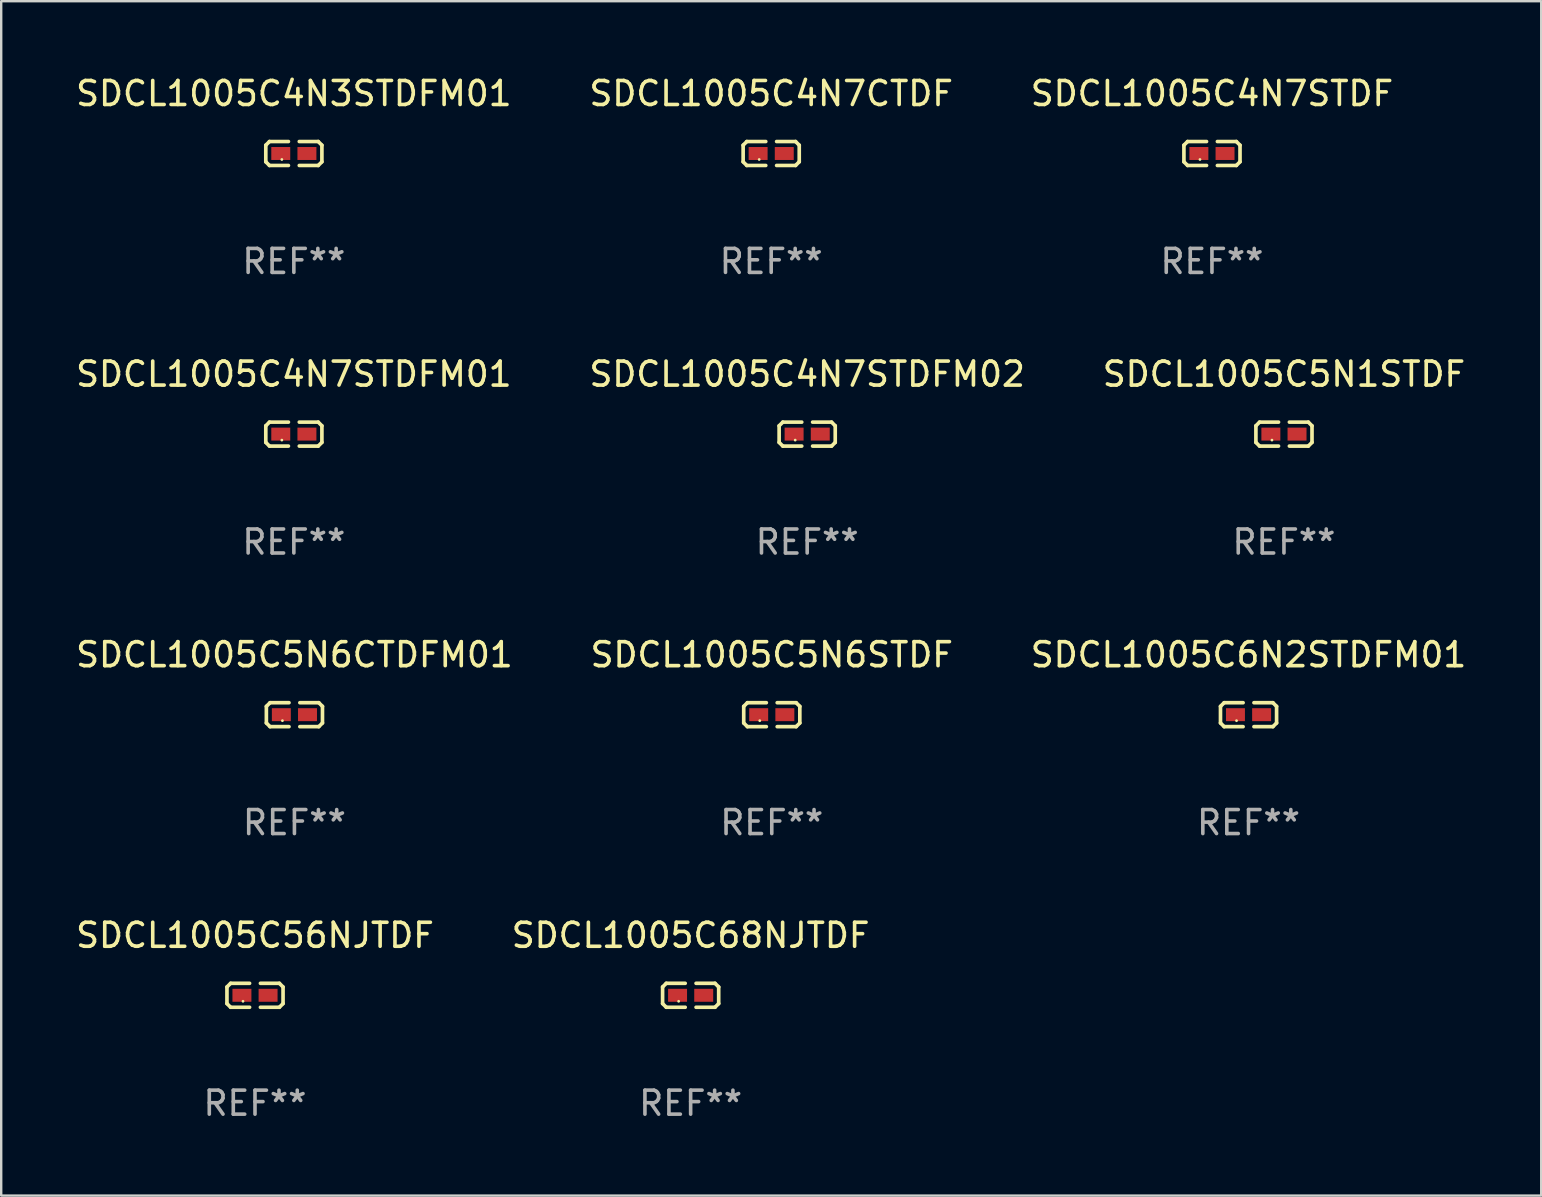
<source format=kicad_pcb>
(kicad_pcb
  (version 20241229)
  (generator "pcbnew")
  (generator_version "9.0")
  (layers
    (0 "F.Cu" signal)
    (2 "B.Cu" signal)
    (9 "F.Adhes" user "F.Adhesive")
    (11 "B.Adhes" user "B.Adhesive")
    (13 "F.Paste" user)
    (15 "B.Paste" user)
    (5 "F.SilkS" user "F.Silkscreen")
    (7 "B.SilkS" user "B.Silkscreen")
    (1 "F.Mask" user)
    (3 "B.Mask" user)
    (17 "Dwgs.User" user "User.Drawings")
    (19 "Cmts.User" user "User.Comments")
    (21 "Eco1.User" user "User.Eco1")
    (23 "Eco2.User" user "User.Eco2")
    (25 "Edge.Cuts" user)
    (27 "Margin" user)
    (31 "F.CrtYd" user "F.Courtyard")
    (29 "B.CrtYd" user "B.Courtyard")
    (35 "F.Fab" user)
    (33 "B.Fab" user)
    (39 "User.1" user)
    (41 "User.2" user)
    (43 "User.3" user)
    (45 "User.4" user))
  (footprint "SDCL1005C5N6STDF"
    (layer "F.Cu")
    (at 29.113 26.734)
    (property "Reference" "SDCL1005C5N6STDF" (at 0 -2.499 0) (layer "F.SilkS") (effects (font (size 1 1) (thickness 0.15))))
    (attr through_hole)
    (fp_line (start -1.169 -0.346) (end -1.016 -0.499) (stroke (width 0.152) (type solid)) (layer "F.SilkS"))
    (fp_line (start -1.169 0.346) (end -1.169 -0.346) (stroke (width 0.152) (type solid)) (layer "F.SilkS"))
    (fp_line (start -1.016 -0.499) (end -0.226 -0.499) (stroke (width 0.152) (type solid)) (layer "F.SilkS"))
    (fp_line (start -1.016 0.499) (end -1.169 0.346) (stroke (width 0.152) (type solid)) (layer "F.SilkS"))
    (fp_line (start -0.226 0.499) (end -1.016 0.499) (stroke (width 0.152) (type solid)) (layer "F.SilkS"))
    (fp_line (start 0.226 0.499) (end 1.016 0.499) (stroke (width 0.152) (type solid)) (layer "F.SilkS"))
    (fp_line (start 1.016 -0.499) (end 0.226 -0.499) (stroke (width 0.152) (type solid)) (layer "F.SilkS"))
    (fp_line (start 1.016 0.499) (end 1.169 0.346) (stroke (width 0.152) (type solid)) (layer "F.SilkS"))
    (fp_line (start 1.169 -0.346) (end 1.016 -0.499) (stroke (width 0.152) (type solid)) (layer "F.SilkS"))
    (fp_line (start 1.169 0.346) (end 1.169 -0.346) (stroke (width 0.152) (type solid)) (layer "F.SilkS"))
    (fp_circle (center -0.5 0.25) (end -0.47 0.25) (stroke (width 0.06) (type solid)) (fill no) (layer "F.SilkS"))
    (fp_text user "REF**" (at 0 4.499 0) (layer "F.Fab") (effects (font (size 1 1) (thickness 0.15))))
    (pad "1" smd rect (at -0.545 0) (size 0.79 0.54) (layers "F.Cu" "F.Mask" "F.Paste"))
    (pad "2" smd rect (at 0.545 0) (size 0.79 0.54) (layers "F.Cu" "F.Mask" "F.Paste")))
  (footprint "SDCL1005C4N7CTDF"
    (layer "F.Cu")
    (at 29.089 3.347)
    (property "Reference" "SDCL1005C4N7CTDF" (at 0 -2.499 0) (layer "F.SilkS") (effects (font (size 1 1) (thickness 0.15))))
    (attr through_hole)
    (fp_line (start -1.169 -0.346) (end -1.016 -0.499) (stroke (width 0.152) (type solid)) (layer "F.SilkS"))
    (fp_line (start -1.169 0.346) (end -1.169 -0.346) (stroke (width 0.152) (type solid)) (layer "F.SilkS"))
    (fp_line (start -1.016 -0.499) (end -0.226 -0.499) (stroke (width 0.152) (type solid)) (layer "F.SilkS"))
    (fp_line (start -1.016 0.499) (end -1.169 0.346) (stroke (width 0.152) (type solid)) (layer "F.SilkS"))
    (fp_line (start -0.226 0.499) (end -1.016 0.499) (stroke (width 0.152) (type solid)) (layer "F.SilkS"))
    (fp_line (start 0.226 0.499) (end 1.016 0.499) (stroke (width 0.152) (type solid)) (layer "F.SilkS"))
    (fp_line (start 1.016 -0.499) (end 0.226 -0.499) (stroke (width 0.152) (type solid)) (layer "F.SilkS"))
    (fp_line (start 1.016 0.499) (end 1.169 0.346) (stroke (width 0.152) (type solid)) (layer "F.SilkS"))
    (fp_line (start 1.169 -0.346) (end 1.016 -0.499) (stroke (width 0.152) (type solid)) (layer "F.SilkS"))
    (fp_line (start 1.169 0.346) (end 1.169 -0.346) (stroke (width 0.152) (type solid)) (layer "F.SilkS"))
    (fp_circle (center -0.5 0.25) (end -0.47 0.25) (stroke (width 0.06) (type solid)) (fill no) (layer "F.SilkS"))
    (fp_text user "REF**" (at 0 4.499 0) (layer "F.Fab") (effects (font (size 1 1) (thickness 0.15))))
    (pad "1" smd rect (at -0.545 0) (size 0.79 0.54) (layers "F.Cu" "F.Mask" "F.Paste"))
    (pad "2" smd rect (at 0.545 0) (size 0.79 0.54) (layers "F.Cu" "F.Mask" "F.Paste")))
  (footprint "SDCL1005C5N6CTDFM01"
    (layer "F.Cu")
    (at 9.22 26.734)
    (property "Reference" "SDCL1005C5N6CTDFM01" (at 0 -2.499 0) (layer "F.SilkS") (effects (font (size 1 1) (thickness 0.15))))
    (attr through_hole)
    (fp_line (start -1.169 -0.346) (end -1.016 -0.499) (stroke (width 0.152) (type solid)) (layer "F.SilkS"))
    (fp_line (start -1.169 0.346) (end -1.169 -0.346) (stroke (width 0.152) (type solid)) (layer "F.SilkS"))
    (fp_line (start -1.016 -0.499) (end -0.226 -0.499) (stroke (width 0.152) (type solid)) (layer "F.SilkS"))
    (fp_line (start -1.016 0.499) (end -1.169 0.346) (stroke (width 0.152) (type solid)) (layer "F.SilkS"))
    (fp_line (start -0.226 0.499) (end -1.016 0.499) (stroke (width 0.152) (type solid)) (layer "F.SilkS"))
    (fp_line (start 0.226 0.499) (end 1.016 0.499) (stroke (width 0.152) (type solid)) (layer "F.SilkS"))
    (fp_line (start 1.016 -0.499) (end 0.226 -0.499) (stroke (width 0.152) (type solid)) (layer "F.SilkS"))
    (fp_line (start 1.016 0.499) (end 1.169 0.346) (stroke (width 0.152) (type solid)) (layer "F.SilkS"))
    (fp_line (start 1.169 -0.346) (end 1.016 -0.499) (stroke (width 0.152) (type solid)) (layer "F.SilkS"))
    (fp_line (start 1.169 0.346) (end 1.169 -0.346) (stroke (width 0.152) (type solid)) (layer "F.SilkS"))
    (fp_circle (center -0.5 0.25) (end -0.47 0.25) (stroke (width 0.06) (type solid)) (fill no) (layer "F.SilkS"))
    (fp_text user "REF**" (at 0 4.499 0) (layer "F.Fab") (effects (font (size 1 1) (thickness 0.15))))
    (pad "1" smd rect (at -0.545 0) (size 0.79 0.54) (layers "F.Cu" "F.Mask" "F.Paste"))
    (pad "2" smd rect (at 0.545 0) (size 0.79 0.54) (layers "F.Cu" "F.Mask" "F.Paste")))
  (footprint "SDCL1005C68NJTDF"
    (layer "F.Cu")
    (at 25.732 38.428)
    (property "Reference" "SDCL1005C68NJTDF" (at 0 -2.499 0) (layer "F.SilkS") (effects (font (size 1 1) (thickness 0.15))))
    (attr through_hole)
    (fp_line (start -1.169 -0.346) (end -1.016 -0.499) (stroke (width 0.152) (type solid)) (layer "F.SilkS"))
    (fp_line (start -1.169 0.346) (end -1.169 -0.346) (stroke (width 0.152) (type solid)) (layer "F.SilkS"))
    (fp_line (start -1.016 -0.499) (end -0.226 -0.499) (stroke (width 0.152) (type solid)) (layer "F.SilkS"))
    (fp_line (start -1.016 0.499) (end -1.169 0.346) (stroke (width 0.152) (type solid)) (layer "F.SilkS"))
    (fp_line (start -0.226 0.499) (end -1.016 0.499) (stroke (width 0.152) (type solid)) (layer "F.SilkS"))
    (fp_line (start 0.226 0.499) (end 1.016 0.499) (stroke (width 0.152) (type solid)) (layer "F.SilkS"))
    (fp_line (start 1.016 -0.499) (end 0.226 -0.499) (stroke (width 0.152) (type solid)) (layer "F.SilkS"))
    (fp_line (start 1.016 0.499) (end 1.169 0.346) (stroke (width 0.152) (type solid)) (layer "F.SilkS"))
    (fp_line (start 1.169 -0.346) (end 1.016 -0.499) (stroke (width 0.152) (type solid)) (layer "F.SilkS"))
    (fp_line (start 1.169 0.346) (end 1.169 -0.346) (stroke (width 0.152) (type solid)) (layer "F.SilkS"))
    (fp_circle (center -0.5 0.25) (end -0.47 0.25) (stroke (width 0.06) (type solid)) (fill no) (layer "F.SilkS"))
    (fp_text user "REF**" (at 0 4.499 0) (layer "F.Fab") (effects (font (size 1 1) (thickness 0.15))))
    (pad "1" smd rect (at -0.545 0) (size 0.79 0.54) (layers "F.Cu" "F.Mask" "F.Paste"))
    (pad "2" smd rect (at 0.545 0) (size 0.79 0.54) (layers "F.Cu" "F.Mask" "F.Paste")))
  (footprint "SDCL1005C4N3STDFM01"
    (layer "F.Cu")
    (at 9.196 3.347)
    (property "Reference" "SDCL1005C4N3STDFM01" (at 0 -2.499 0) (layer "F.SilkS") (effects (font (size 1 1) (thickness 0.15))))
    (attr through_hole)
    (fp_line (start -1.169 -0.346) (end -1.016 -0.499) (stroke (width 0.152) (type solid)) (layer "F.SilkS"))
    (fp_line (start -1.169 0.346) (end -1.169 -0.346) (stroke (width 0.152) (type solid)) (layer "F.SilkS"))
    (fp_line (start -1.016 -0.499) (end -0.226 -0.499) (stroke (width 0.152) (type solid)) (layer "F.SilkS"))
    (fp_line (start -1.016 0.499) (end -1.169 0.346) (stroke (width 0.152) (type solid)) (layer "F.SilkS"))
    (fp_line (start -0.226 0.499) (end -1.016 0.499) (stroke (width 0.152) (type solid)) (layer "F.SilkS"))
    (fp_line (start 0.226 0.499) (end 1.016 0.499) (stroke (width 0.152) (type solid)) (layer "F.SilkS"))
    (fp_line (start 1.016 -0.499) (end 0.226 -0.499) (stroke (width 0.152) (type solid)) (layer "F.SilkS"))
    (fp_line (start 1.016 0.499) (end 1.169 0.346) (stroke (width 0.152) (type solid)) (layer "F.SilkS"))
    (fp_line (start 1.169 -0.346) (end 1.016 -0.499) (stroke (width 0.152) (type solid)) (layer "F.SilkS"))
    (fp_line (start 1.169 0.346) (end 1.169 -0.346) (stroke (width 0.152) (type solid)) (layer "F.SilkS"))
    (fp_circle (center -0.5 0.25) (end -0.47 0.25) (stroke (width 0.06) (type solid)) (fill no) (layer "F.SilkS"))
    (fp_text user "REF**" (at 0 4.499 0) (layer "F.Fab") (effects (font (size 1 1) (thickness 0.15))))
    (pad "1" smd rect (at -0.545 0) (size 0.79 0.54) (layers "F.Cu" "F.Mask" "F.Paste"))
    (pad "2" smd rect (at 0.545 0) (size 0.79 0.54) (layers "F.Cu" "F.Mask" "F.Paste")))
  (footprint "SDCL1005C6N2STDFM01"
    (layer "F.Cu")
    (at 48.982 26.734)
    (property "Reference" "SDCL1005C6N2STDFM01" (at 0 -2.499 0) (layer "F.SilkS") (effects (font (size 1 1) (thickness 0.15))))
    (attr through_hole)
    (fp_line (start -1.169 -0.346) (end -1.016 -0.499) (stroke (width 0.152) (type solid)) (layer "F.SilkS"))
    (fp_line (start -1.169 0.346) (end -1.169 -0.346) (stroke (width 0.152) (type solid)) (layer "F.SilkS"))
    (fp_line (start -1.016 -0.499) (end -0.226 -0.499) (stroke (width 0.152) (type solid)) (layer "F.SilkS"))
    (fp_line (start -1.016 0.499) (end -1.169 0.346) (stroke (width 0.152) (type solid)) (layer "F.SilkS"))
    (fp_line (start -0.226 0.499) (end -1.016 0.499) (stroke (width 0.152) (type solid)) (layer "F.SilkS"))
    (fp_line (start 0.226 0.499) (end 1.016 0.499) (stroke (width 0.152) (type solid)) (layer "F.SilkS"))
    (fp_line (start 1.016 -0.499) (end 0.226 -0.499) (stroke (width 0.152) (type solid)) (layer "F.SilkS"))
    (fp_line (start 1.016 0.499) (end 1.169 0.346) (stroke (width 0.152) (type solid)) (layer "F.SilkS"))
    (fp_line (start 1.169 -0.346) (end 1.016 -0.499) (stroke (width 0.152) (type solid)) (layer "F.SilkS"))
    (fp_line (start 1.169 0.346) (end 1.169 -0.346) (stroke (width 0.152) (type solid)) (layer "F.SilkS"))
    (fp_circle (center -0.5 0.25) (end -0.47 0.25) (stroke (width 0.06) (type solid)) (fill no) (layer "F.SilkS"))
    (fp_text user "REF**" (at 0 4.499 0) (layer "F.Fab") (effects (font (size 1 1) (thickness 0.15))))
    (pad "1" smd rect (at -0.545 0) (size 0.79 0.54) (layers "F.Cu" "F.Mask" "F.Paste"))
    (pad "2" smd rect (at 0.545 0) (size 0.79 0.54) (layers "F.Cu" "F.Mask" "F.Paste")))
  (footprint "SDCL1005C4N7STDFM01"
    (layer "F.Cu")
    (at 9.196 15.041)
    (property "Reference" "SDCL1005C4N7STDFM01" (at 0 -2.499 0) (layer "F.SilkS") (effects (font (size 1 1) (thickness 0.15))))
    (attr through_hole)
    (fp_line (start -1.169 -0.346) (end -1.016 -0.499) (stroke (width 0.152) (type solid)) (layer "F.SilkS"))
    (fp_line (start -1.169 0.346) (end -1.169 -0.346) (stroke (width 0.152) (type solid)) (layer "F.SilkS"))
    (fp_line (start -1.016 -0.499) (end -0.226 -0.499) (stroke (width 0.152) (type solid)) (layer "F.SilkS"))
    (fp_line (start -1.016 0.499) (end -1.169 0.346) (stroke (width 0.152) (type solid)) (layer "F.SilkS"))
    (fp_line (start -0.226 0.499) (end -1.016 0.499) (stroke (width 0.152) (type solid)) (layer "F.SilkS"))
    (fp_line (start 0.226 0.499) (end 1.016 0.499) (stroke (width 0.152) (type solid)) (layer "F.SilkS"))
    (fp_line (start 1.016 -0.499) (end 0.226 -0.499) (stroke (width 0.152) (type solid)) (layer "F.SilkS"))
    (fp_line (start 1.016 0.499) (end 1.169 0.346) (stroke (width 0.152) (type solid)) (layer "F.SilkS"))
    (fp_line (start 1.169 -0.346) (end 1.016 -0.499) (stroke (width 0.152) (type solid)) (layer "F.SilkS"))
    (fp_line (start 1.169 0.346) (end 1.169 -0.346) (stroke (width 0.152) (type solid)) (layer "F.SilkS"))
    (fp_circle (center -0.5 0.25) (end -0.47 0.25) (stroke (width 0.06) (type solid)) (fill no) (layer "F.SilkS"))
    (fp_text user "REF**" (at 0 4.499 0) (layer "F.Fab") (effects (font (size 1 1) (thickness 0.15))))
    (pad "1" smd rect (at -0.545 0) (size 0.79 0.54) (layers "F.Cu" "F.Mask" "F.Paste"))
    (pad "2" smd rect (at 0.545 0) (size 0.79 0.54) (layers "F.Cu" "F.Mask" "F.Paste")))
  (footprint "SDCL1005C56NJTDF"
    (layer "F.Cu")
    (at 7.577 38.428)
    (property "Reference" "SDCL1005C56NJTDF" (at 0 -2.499 0) (layer "F.SilkS") (effects (font (size 1 1) (thickness 0.15))))
    (attr through_hole)
    (fp_line (start -1.169 -0.346) (end -1.016 -0.499) (stroke (width 0.152) (type solid)) (layer "F.SilkS"))
    (fp_line (start -1.169 0.346) (end -1.169 -0.346) (stroke (width 0.152) (type solid)) (layer "F.SilkS"))
    (fp_line (start -1.016 -0.499) (end -0.226 -0.499) (stroke (width 0.152) (type solid)) (layer "F.SilkS"))
    (fp_line (start -1.016 0.499) (end -1.169 0.346) (stroke (width 0.152) (type solid)) (layer "F.SilkS"))
    (fp_line (start -0.226 0.499) (end -1.016 0.499) (stroke (width 0.152) (type solid)) (layer "F.SilkS"))
    (fp_line (start 0.226 0.499) (end 1.016 0.499) (stroke (width 0.152) (type solid)) (layer "F.SilkS"))
    (fp_line (start 1.016 -0.499) (end 0.226 -0.499) (stroke (width 0.152) (type solid)) (layer "F.SilkS"))
    (fp_line (start 1.016 0.499) (end 1.169 0.346) (stroke (width 0.152) (type solid)) (layer "F.SilkS"))
    (fp_line (start 1.169 -0.346) (end 1.016 -0.499) (stroke (width 0.152) (type solid)) (layer "F.SilkS"))
    (fp_line (start 1.169 0.346) (end 1.169 -0.346) (stroke (width 0.152) (type solid)) (layer "F.SilkS"))
    (fp_circle (center -0.5 0.25) (end -0.47 0.25) (stroke (width 0.06) (type solid)) (fill no) (layer "F.SilkS"))
    (fp_text user "REF**" (at 0 4.499 0) (layer "F.Fab") (effects (font (size 1 1) (thickness 0.15))))
    (pad "1" smd rect (at -0.545 0) (size 0.79 0.54) (layers "F.Cu" "F.Mask" "F.Paste"))
    (pad "2" smd rect (at 0.545 0) (size 0.79 0.54) (layers "F.Cu" "F.Mask" "F.Paste")))
  (footprint "SDCL1005C4N7STDF"
    (layer "F.Cu")
    (at 47.458 3.347)
    (property "Reference" "SDCL1005C4N7STDF" (at 0 -2.499 0) (layer "F.SilkS") (effects (font (size 1 1) (thickness 0.15))))
    (attr through_hole)
    (fp_line (start -1.169 -0.346) (end -1.016 -0.499) (stroke (width 0.152) (type solid)) (layer "F.SilkS"))
    (fp_line (start -1.169 0.346) (end -1.169 -0.346) (stroke (width 0.152) (type solid)) (layer "F.SilkS"))
    (fp_line (start -1.016 -0.499) (end -0.226 -0.499) (stroke (width 0.152) (type solid)) (layer "F.SilkS"))
    (fp_line (start -1.016 0.499) (end -1.169 0.346) (stroke (width 0.152) (type solid)) (layer "F.SilkS"))
    (fp_line (start -0.226 0.499) (end -1.016 0.499) (stroke (width 0.152) (type solid)) (layer "F.SilkS"))
    (fp_line (start 0.226 0.499) (end 1.016 0.499) (stroke (width 0.152) (type solid)) (layer "F.SilkS"))
    (fp_line (start 1.016 -0.499) (end 0.226 -0.499) (stroke (width 0.152) (type solid)) (layer "F.SilkS"))
    (fp_line (start 1.016 0.499) (end 1.169 0.346) (stroke (width 0.152) (type solid)) (layer "F.SilkS"))
    (fp_line (start 1.169 -0.346) (end 1.016 -0.499) (stroke (width 0.152) (type solid)) (layer "F.SilkS"))
    (fp_line (start 1.169 0.346) (end 1.169 -0.346) (stroke (width 0.152) (type solid)) (layer "F.SilkS"))
    (fp_circle (center -0.5 0.25) (end -0.47 0.25) (stroke (width 0.06) (type solid)) (fill no) (layer "F.SilkS"))
    (fp_text user "REF**" (at 0 4.499 0) (layer "F.Fab") (effects (font (size 1 1) (thickness 0.15))))
    (pad "1" smd rect (at -0.545 0) (size 0.79 0.54) (layers "F.Cu" "F.Mask" "F.Paste"))
    (pad "2" smd rect (at 0.545 0) (size 0.79 0.54) (layers "F.Cu" "F.Mask" "F.Paste")))
  (footprint "SDCL1005C4N7STDFM02"
    (layer "F.Cu")
    (at 30.589 15.041)
    (property "Reference" "SDCL1005C4N7STDFM02" (at 0 -2.499 0) (layer "F.SilkS") (effects (font (size 1 1) (thickness 0.15))))
    (attr through_hole)
    (fp_line (start -1.169 -0.346) (end -1.016 -0.499) (stroke (width 0.152) (type solid)) (layer "F.SilkS"))
    (fp_line (start -1.169 0.346) (end -1.169 -0.346) (stroke (width 0.152) (type solid)) (layer "F.SilkS"))
    (fp_line (start -1.016 -0.499) (end -0.226 -0.499) (stroke (width 0.152) (type solid)) (layer "F.SilkS"))
    (fp_line (start -1.016 0.499) (end -1.169 0.346) (stroke (width 0.152) (type solid)) (layer "F.SilkS"))
    (fp_line (start -0.226 0.499) (end -1.016 0.499) (stroke (width 0.152) (type solid)) (layer "F.SilkS"))
    (fp_line (start 0.226 0.499) (end 1.016 0.499) (stroke (width 0.152) (type solid)) (layer "F.SilkS"))
    (fp_line (start 1.016 -0.499) (end 0.226 -0.499) (stroke (width 0.152) (type solid)) (layer "F.SilkS"))
    (fp_line (start 1.016 0.499) (end 1.169 0.346) (stroke (width 0.152) (type solid)) (layer "F.SilkS"))
    (fp_line (start 1.169 -0.346) (end 1.016 -0.499) (stroke (width 0.152) (type solid)) (layer "F.SilkS"))
    (fp_line (start 1.169 0.346) (end 1.169 -0.346) (stroke (width 0.152) (type solid)) (layer "F.SilkS"))
    (fp_circle (center -0.5 0.25) (end -0.47 0.25) (stroke (width 0.06) (type solid)) (fill no) (layer "F.SilkS"))
    (fp_text user "REF**" (at 0 4.499 0) (layer "F.Fab") (effects (font (size 1 1) (thickness 0.15))))
    (pad "1" smd rect (at -0.545 0) (size 0.79 0.54) (layers "F.Cu" "F.Mask" "F.Paste"))
    (pad "2" smd rect (at 0.545 0) (size 0.79 0.54) (layers "F.Cu" "F.Mask" "F.Paste")))
  (footprint "SDCL1005C5N1STDF"
    (layer "F.Cu")
    (at 50.458 15.041)
    (property "Reference" "SDCL1005C5N1STDF" (at 0 -2.499 0) (layer "F.SilkS") (effects (font (size 1 1) (thickness 0.15))))
    (attr through_hole)
    (fp_line (start -1.169 -0.346) (end -1.016 -0.499) (stroke (width 0.152) (type solid)) (layer "F.SilkS"))
    (fp_line (start -1.169 0.346) (end -1.169 -0.346) (stroke (width 0.152) (type solid)) (layer "F.SilkS"))
    (fp_line (start -1.016 -0.499) (end -0.226 -0.499) (stroke (width 0.152) (type solid)) (layer "F.SilkS"))
    (fp_line (start -1.016 0.499) (end -1.169 0.346) (stroke (width 0.152) (type solid)) (layer "F.SilkS"))
    (fp_line (start -0.226 0.499) (end -1.016 0.499) (stroke (width 0.152) (type solid)) (layer "F.SilkS"))
    (fp_line (start 0.226 0.499) (end 1.016 0.499) (stroke (width 0.152) (type solid)) (layer "F.SilkS"))
    (fp_line (start 1.016 -0.499) (end 0.226 -0.499) (stroke (width 0.152) (type solid)) (layer "F.SilkS"))
    (fp_line (start 1.016 0.499) (end 1.169 0.346) (stroke (width 0.152) (type solid)) (layer "F.SilkS"))
    (fp_line (start 1.169 -0.346) (end 1.016 -0.499) (stroke (width 0.152) (type solid)) (layer "F.SilkS"))
    (fp_line (start 1.169 0.346) (end 1.169 -0.346) (stroke (width 0.152) (type solid)) (layer "F.SilkS"))
    (fp_circle (center -0.5 0.25) (end -0.47 0.25) (stroke (width 0.06) (type solid)) (fill no) (layer "F.SilkS"))
    (fp_text user "REF**" (at 0 4.499 0) (layer "F.Fab") (effects (font (size 1 1) (thickness 0.15))))
    (pad "1" smd rect (at -0.545 0) (size 0.79 0.54) (layers "F.Cu" "F.Mask" "F.Paste"))
    (pad "2" smd rect (at 0.545 0) (size 0.79 0.54) (layers "F.Cu" "F.Mask" "F.Paste")))
  (gr_rect
    (start -3 -3)
    (end 61.179 46.775)
    (stroke (width 0.1) (type default))
    (fill no)
    (layer "Edge.Cuts")))
</source>
